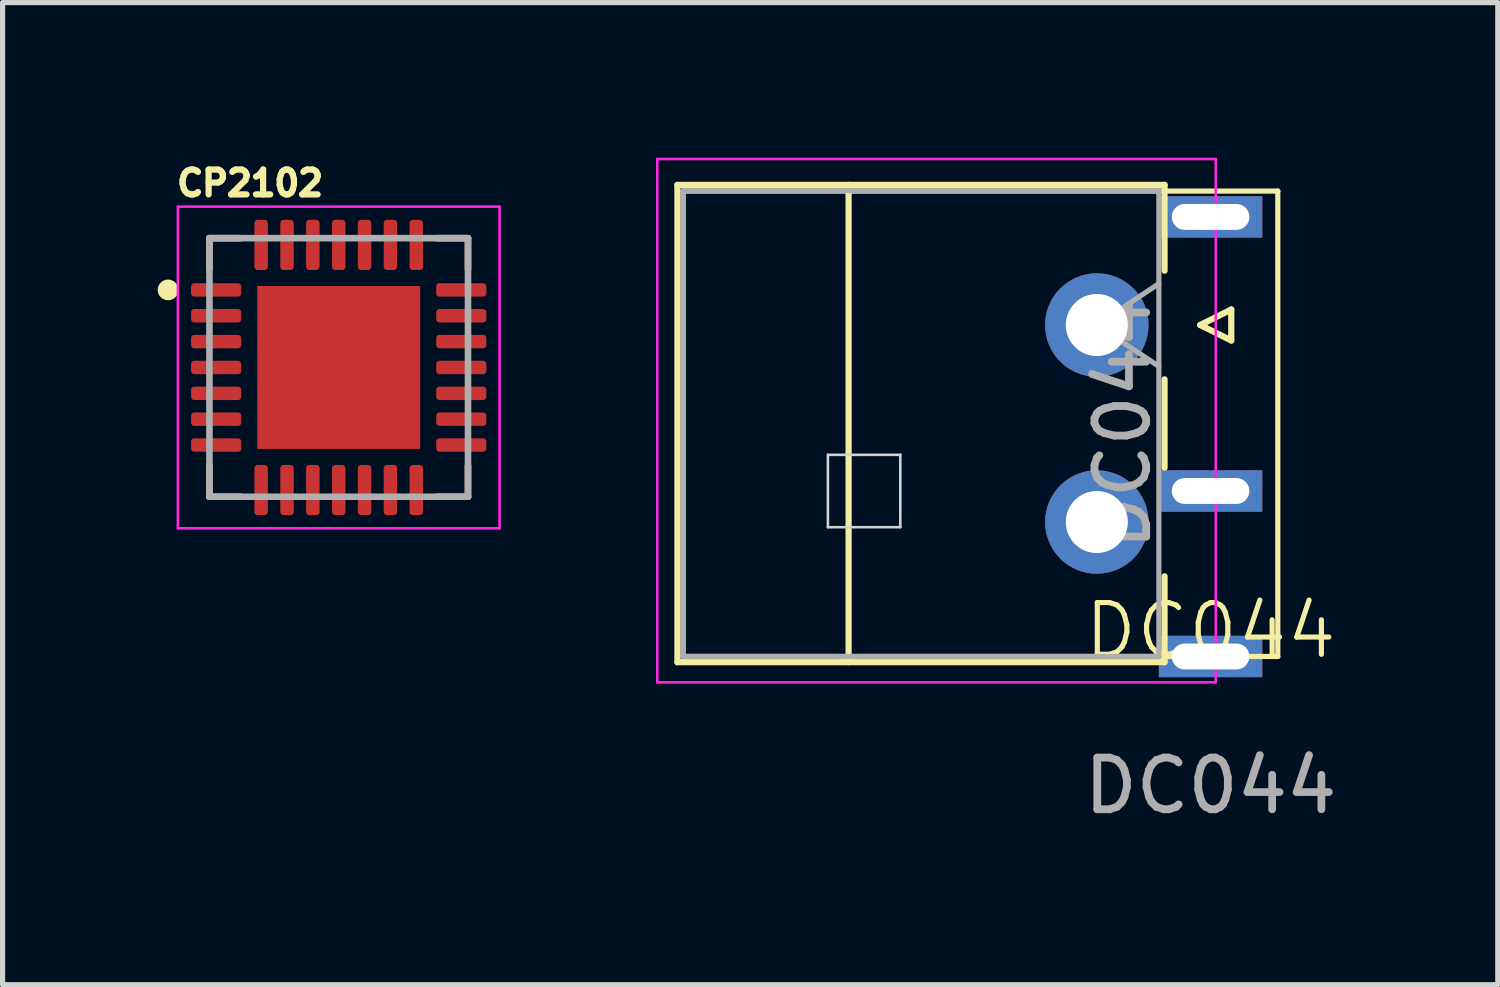
<source format=kicad_pcb>
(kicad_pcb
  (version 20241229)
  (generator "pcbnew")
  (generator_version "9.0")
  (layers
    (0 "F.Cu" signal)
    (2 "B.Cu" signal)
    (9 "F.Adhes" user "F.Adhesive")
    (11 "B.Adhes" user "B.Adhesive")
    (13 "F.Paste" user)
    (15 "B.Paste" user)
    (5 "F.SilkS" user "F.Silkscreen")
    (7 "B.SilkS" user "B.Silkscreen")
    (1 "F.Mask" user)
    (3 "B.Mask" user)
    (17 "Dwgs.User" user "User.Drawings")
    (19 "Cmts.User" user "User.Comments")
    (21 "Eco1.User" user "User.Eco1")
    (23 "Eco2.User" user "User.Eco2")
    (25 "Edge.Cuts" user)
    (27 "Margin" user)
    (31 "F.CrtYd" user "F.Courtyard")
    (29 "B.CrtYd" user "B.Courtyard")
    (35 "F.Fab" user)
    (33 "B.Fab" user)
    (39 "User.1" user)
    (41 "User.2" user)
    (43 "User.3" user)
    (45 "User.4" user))
  (footprint "DC044"
    (layer "F.Cu")
    (at 20.36 9.645)
    (property "Reference" "DC044" (at 0 -0.5 0) (unlocked yes) (layer "F.SilkS") (effects (font (size 1 1) (thickness 0.1))))
    (attr through_hole)
    (fp_line (start -10.31 -9.12) (end -10.31 0.11) (stroke (width 0.12) (type solid)) (layer "F.SilkS"))
    (fp_line (start -10.31 0.11) (end -0.89 0.11) (stroke (width 0.12) (type solid)) (layer "F.SilkS"))
    (fp_line (start -10.2 0) (end -10.2 -9) (stroke (width 0.1) (type default)) (layer "F.SilkS"))
    (fp_line (start -7 -9.12) (end -7 0.11) (stroke (width 0.12) (type solid)) (layer "F.SilkS"))
    (fp_line (start -0.89 -9.12) (end -10.31 -9.12) (stroke (width 0.12) (type solid)) (layer "F.SilkS"))
    (fp_line (start -0.89 -9.12) (end -0.89 -7.46) (stroke (width 0.12) (type solid)) (layer "F.SilkS"))
    (fp_line (start -0.89 -5.36) (end -0.89 -3.65) (stroke (width 0.12) (type solid)) (layer "F.SilkS"))
    (fp_line (start -0.89 0.11) (end -0.89 -1.55) (stroke (width 0.12) (type solid)) (layer "F.SilkS"))
    (fp_line (start -0.2 -6.41) (end 0.4 -6.71) (stroke (width 0.12) (type solid)) (layer "F.SilkS"))
    (fp_line (start 0.4 -6.71) (end 0.4 -6.11) (stroke (width 0.12) (type solid)) (layer "F.SilkS"))
    (fp_line (start 0.4 -6.11) (end -0.2 -6.41) (stroke (width 0.12) (type solid)) (layer "F.SilkS"))
    (fp_line (start 1.3 -9) (end -10.2 -9) (stroke (width 0.1) (type default)) (layer "F.SilkS"))
    (fp_line (start 1.3 0) (end -10.2 0) (stroke (width 0.1) (type default)) (layer "F.SilkS"))
    (fp_line (start 1.3 0) (end 1.3 -9) (stroke (width 0.1) (type default)) (layer "F.SilkS"))
    (fp_line (start -7.4 -3.9) (end -7.4 -2.5) (stroke (width 0.05) (type default)) (layer "Edge.Cuts"))
    (fp_line (start -7.4 -3.9) (end -6 -3.9) (stroke (width 0.05) (type default)) (layer "Edge.Cuts"))
    (fp_line (start -7.4 -2.5) (end -6 -2.5) (stroke (width 0.05) (type default)) (layer "Edge.Cuts"))
    (fp_line (start -6 -3.9) (end -6 -2.5) (stroke (width 0.05) (type default)) (layer "Edge.Cuts"))
    (fp_line (start -10.7 -9.62) (end -10.7 0.5) (stroke (width 0.05) (type solid)) (layer "F.CrtYd"))
    (fp_line (start -10.7 0.5) (end 0.1 0.5) (stroke (width 0.05) (type solid)) (layer "F.CrtYd"))
    (fp_line (start 0.1 -9.62) (end -10.7 -9.62) (stroke (width 0.05) (type solid)) (layer "F.CrtYd"))
    (fp_line (start 0.1 0.5) (end 0.1 -9.62) (stroke (width 0.05) (type solid)) (layer "F.CrtYd"))
    (fp_line (start -10.2 -9.01) (end -10.2 0) (stroke (width 0.1) (type solid)) (layer "F.Fab"))
    (fp_line (start -10.2 0) (end -1 0) (stroke (width 0.1) (type solid)) (layer "F.Fab"))
    (fp_line (start -2.2 -6.41) (end -1 -7.21) (stroke (width 0.1) (type solid)) (layer "F.Fab"))
    (fp_line (start -1 -9.01) (end -10.2 -9.01) (stroke (width 0.1) (type solid)) (layer "F.Fab"))
    (fp_line (start -1 -5.61) (end -2.2 -6.41) (stroke (width 0.1) (type solid)) (layer "F.Fab"))
    (fp_line (start -1 0) (end -1 -9.01) (stroke (width 0.1) (type solid)) (layer "F.Fab"))
    (fp_text user "${REFERENCE}" (at 0 2.5 0) (unlocked yes) (layer "F.Fab") (effects (font (size 1 1) (thickness 0.15))))
    (fp_text user "${REFERENCE}" (at -1.7 -4.51 270) (layer "F.Fab") (effects (font (size 1 1) (thickness 0.15))))
    (pad "2" thru_hole circle (at -2.2 -6.41 270) (size 2 2) (drill 1.2) (layers "*.Cu" "*.Mask"))
    (pad "2" thru_hole rect (at 0 -8.5) (size 2 0.8) (drill oval 1.5 0.5) (layers "*.Cu" "*.Mask"))
    (pad "3" thru_hole rect (at 0 -3.2) (size 2 0.8) (drill oval 1.5 0.5) (layers "*.Cu" "*.Mask"))
    (pad "4" thru_hole circle (at -2.2 -2.6 270) (size 2 2) (drill 1.2) (layers "*.Cu" "*.Mask"))
    (pad "4" thru_hole rect (at 0 0) (size 2 0.8) (drill oval 1.5 0.5) (layers "*.Cu" "*.Mask")))
  (footprint "CP2102"
    (layer "F.Cu")
    (at 3.5 4.056)
    (property "Reference" "CP2102" (at -1.714 -3.563 0) (layer "F.SilkS") (effects (font (size 0.481 0.481) (thickness 0.15))))
    (attr smd)
    (fp_line (start -2.5 -2.5) (end -1.9 -2.5) (stroke (width 0.127) (type solid)) (layer "F.SilkS"))
    (fp_line (start -2.5 -1.9) (end -2.5 -2.5) (stroke (width 0.127) (type solid)) (layer "F.SilkS"))
    (fp_line (start -2.5 2.5) (end -2.5 1.9) (stroke (width 0.127) (type solid)) (layer "F.SilkS"))
    (fp_line (start -1.9 2.5) (end -2.5 2.5) (stroke (width 0.127) (type solid)) (layer "F.SilkS"))
    (fp_line (start 1.9 -2.5) (end 2.5 -2.5) (stroke (width 0.127) (type solid)) (layer "F.SilkS"))
    (fp_line (start 2.5 -2.5) (end 2.5 -1.9) (stroke (width 0.127) (type solid)) (layer "F.SilkS"))
    (fp_line (start 2.5 1.9) (end 2.5 2.5) (stroke (width 0.127) (type solid)) (layer "F.SilkS"))
    (fp_line (start 2.5 2.5) (end 1.9 2.5) (stroke (width 0.127) (type solid)) (layer "F.SilkS"))
    (fp_circle (center -3.3 -1.5) (end -3.2 -1.5) (stroke (width 0.2) (type solid)) (fill no) (layer "F.SilkS"))
    (fp_poly (pts (xy -0.991 -0.989) (xy 0.989 -0.989) (xy 0.989 0.991) (xy -0.991 0.991)) (stroke (width 0.01) (type solid)) (fill yes) (layer "F.Paste"))
    (fp_line (start -3.11 -3.11) (end 3.11 -3.11) (stroke (width 0.05) (type solid)) (layer "F.CrtYd"))
    (fp_line (start -3.11 3.11) (end -3.11 -3.11) (stroke (width 0.05) (type solid)) (layer "F.CrtYd"))
    (fp_line (start 3.11 -3.11) (end 3.11 3.11) (stroke (width 0.05) (type solid)) (layer "F.CrtYd"))
    (fp_line (start 3.11 3.11) (end -3.11 3.11) (stroke (width 0.05) (type solid)) (layer "F.CrtYd"))
    (fp_line (start -2.5 -2.5) (end 2.5 -2.5) (stroke (width 0.127) (type solid)) (layer "F.Fab"))
    (fp_line (start -2.5 2.5) (end -2.5 -2.5) (stroke (width 0.127) (type solid)) (layer "F.Fab"))
    (fp_line (start 2.5 -2.5) (end 2.5 2.5) (stroke (width 0.127) (type solid)) (layer "F.Fab"))
    (fp_line (start 2.5 2.5) (end -2.5 2.5) (stroke (width 0.127) (type solid)) (layer "F.Fab"))
    (pad "1" smd roundrect (at -2.37 -1.5 270) (size 0.26 0.97) (layers "F.Cu" "F.Mask" "F.Paste") (roundrect_rratio 0.24))
    (pad "2" smd roundrect (at -2.37 -1 270) (size 0.26 0.97) (layers "F.Cu" "F.Mask" "F.Paste") (roundrect_rratio 0.24))
    (pad "3" smd roundrect (at -2.37 -0.5 270) (size 0.26 0.97) (layers "F.Cu" "F.Mask" "F.Paste") (roundrect_rratio 0.24))
    (pad "4" smd roundrect (at -2.37 0 270) (size 0.26 0.97) (layers "F.Cu" "F.Mask" "F.Paste") (roundrect_rratio 0.24))
    (pad "5" smd roundrect (at -2.37 0.5 270) (size 0.26 0.97) (layers "F.Cu" "F.Mask" "F.Paste") (roundrect_rratio 0.24))
    (pad "6" smd roundrect (at -2.37 1 270) (size 0.26 0.97) (layers "F.Cu" "F.Mask" "F.Paste") (roundrect_rratio 0.24))
    (pad "7" smd roundrect (at -2.37 1.5 270) (size 0.26 0.97) (layers "F.Cu" "F.Mask" "F.Paste") (roundrect_rratio 0.24))
    (pad "8" smd roundrect (at -1.5 2.37) (size 0.26 0.97) (layers "F.Cu" "F.Mask" "F.Paste") (roundrect_rratio 0.24))
    (pad "9" smd roundrect (at -1 2.37) (size 0.26 0.97) (layers "F.Cu" "F.Mask" "F.Paste") (roundrect_rratio 0.24))
    (pad "10" smd roundrect (at -0.5 2.37) (size 0.26 0.97) (layers "F.Cu" "F.Mask" "F.Paste") (roundrect_rratio 0.24))
    (pad "11" smd roundrect (at 0 2.37) (size 0.26 0.97) (layers "F.Cu" "F.Mask" "F.Paste") (roundrect_rratio 0.24))
    (pad "12" smd roundrect (at 0.5 2.37) (size 0.26 0.97) (layers "F.Cu" "F.Mask" "F.Paste") (roundrect_rratio 0.24))
    (pad "13" smd roundrect (at 1 2.37) (size 0.26 0.97) (layers "F.Cu" "F.Mask" "F.Paste") (roundrect_rratio 0.24))
    (pad "14" smd roundrect (at 1.5 2.37) (size 0.26 0.97) (layers "F.Cu" "F.Mask" "F.Paste") (roundrect_rratio 0.24))
    (pad "15" smd roundrect (at 2.37 1.5 270) (size 0.26 0.97) (layers "F.Cu" "F.Mask" "F.Paste") (roundrect_rratio 0.24))
    (pad "16" smd roundrect (at 2.37 1 270) (size 0.26 0.97) (layers "F.Cu" "F.Mask" "F.Paste") (roundrect_rratio 0.24))
    (pad "17" smd roundrect (at 2.37 0.5 270) (size 0.26 0.97) (layers "F.Cu" "F.Mask" "F.Paste") (roundrect_rratio 0.24))
    (pad "18" smd roundrect (at 2.37 0 270) (size 0.26 0.97) (layers "F.Cu" "F.Mask" "F.Paste") (roundrect_rratio 0.24))
    (pad "19" smd roundrect (at 2.37 -0.5 270) (size 0.26 0.97) (layers "F.Cu" "F.Mask" "F.Paste") (roundrect_rratio 0.24))
    (pad "20" smd roundrect (at 2.37 -1 270) (size 0.26 0.97) (layers "F.Cu" "F.Mask" "F.Paste") (roundrect_rratio 0.24))
    (pad "21" smd roundrect (at 2.37 -1.5 270) (size 0.26 0.97) (layers "F.Cu" "F.Mask" "F.Paste") (roundrect_rratio 0.24))
    (pad "22" smd roundrect (at 1.5 -2.37) (size 0.26 0.97) (layers "F.Cu" "F.Mask" "F.Paste") (roundrect_rratio 0.24))
    (pad "23" smd roundrect (at 1 -2.37) (size 0.26 0.97) (layers "F.Cu" "F.Mask" "F.Paste") (roundrect_rratio 0.24))
    (pad "24" smd roundrect (at 0.5 -2.37) (size 0.26 0.97) (layers "F.Cu" "F.Mask" "F.Paste") (roundrect_rratio 0.24))
    (pad "25" smd roundrect (at 0 -2.37) (size 0.26 0.97) (layers "F.Cu" "F.Mask" "F.Paste") (roundrect_rratio 0.24))
    (pad "26" smd roundrect (at -0.5 -2.37) (size 0.26 0.97) (layers "F.Cu" "F.Mask" "F.Paste") (roundrect_rratio 0.24))
    (pad "27" smd roundrect (at -1 -2.37) (size 0.26 0.97) (layers "F.Cu" "F.Mask" "F.Paste") (roundrect_rratio 0.24))
    (pad "28" smd roundrect (at -1.5 -2.37) (size 0.26 0.97) (layers "F.Cu" "F.Mask" "F.Paste") (roundrect_rratio 0.24))
    (pad "29" smd rect (at 0 0) (size 3.15 3.15) (layers "F.Cu" "F.Mask")))
  (gr_rect
    (start -3 -3)
    (end 25.914 15.993)
    (stroke (width 0.1) (type default))
    (fill no)
    (layer "Edge.Cuts")))
</source>
